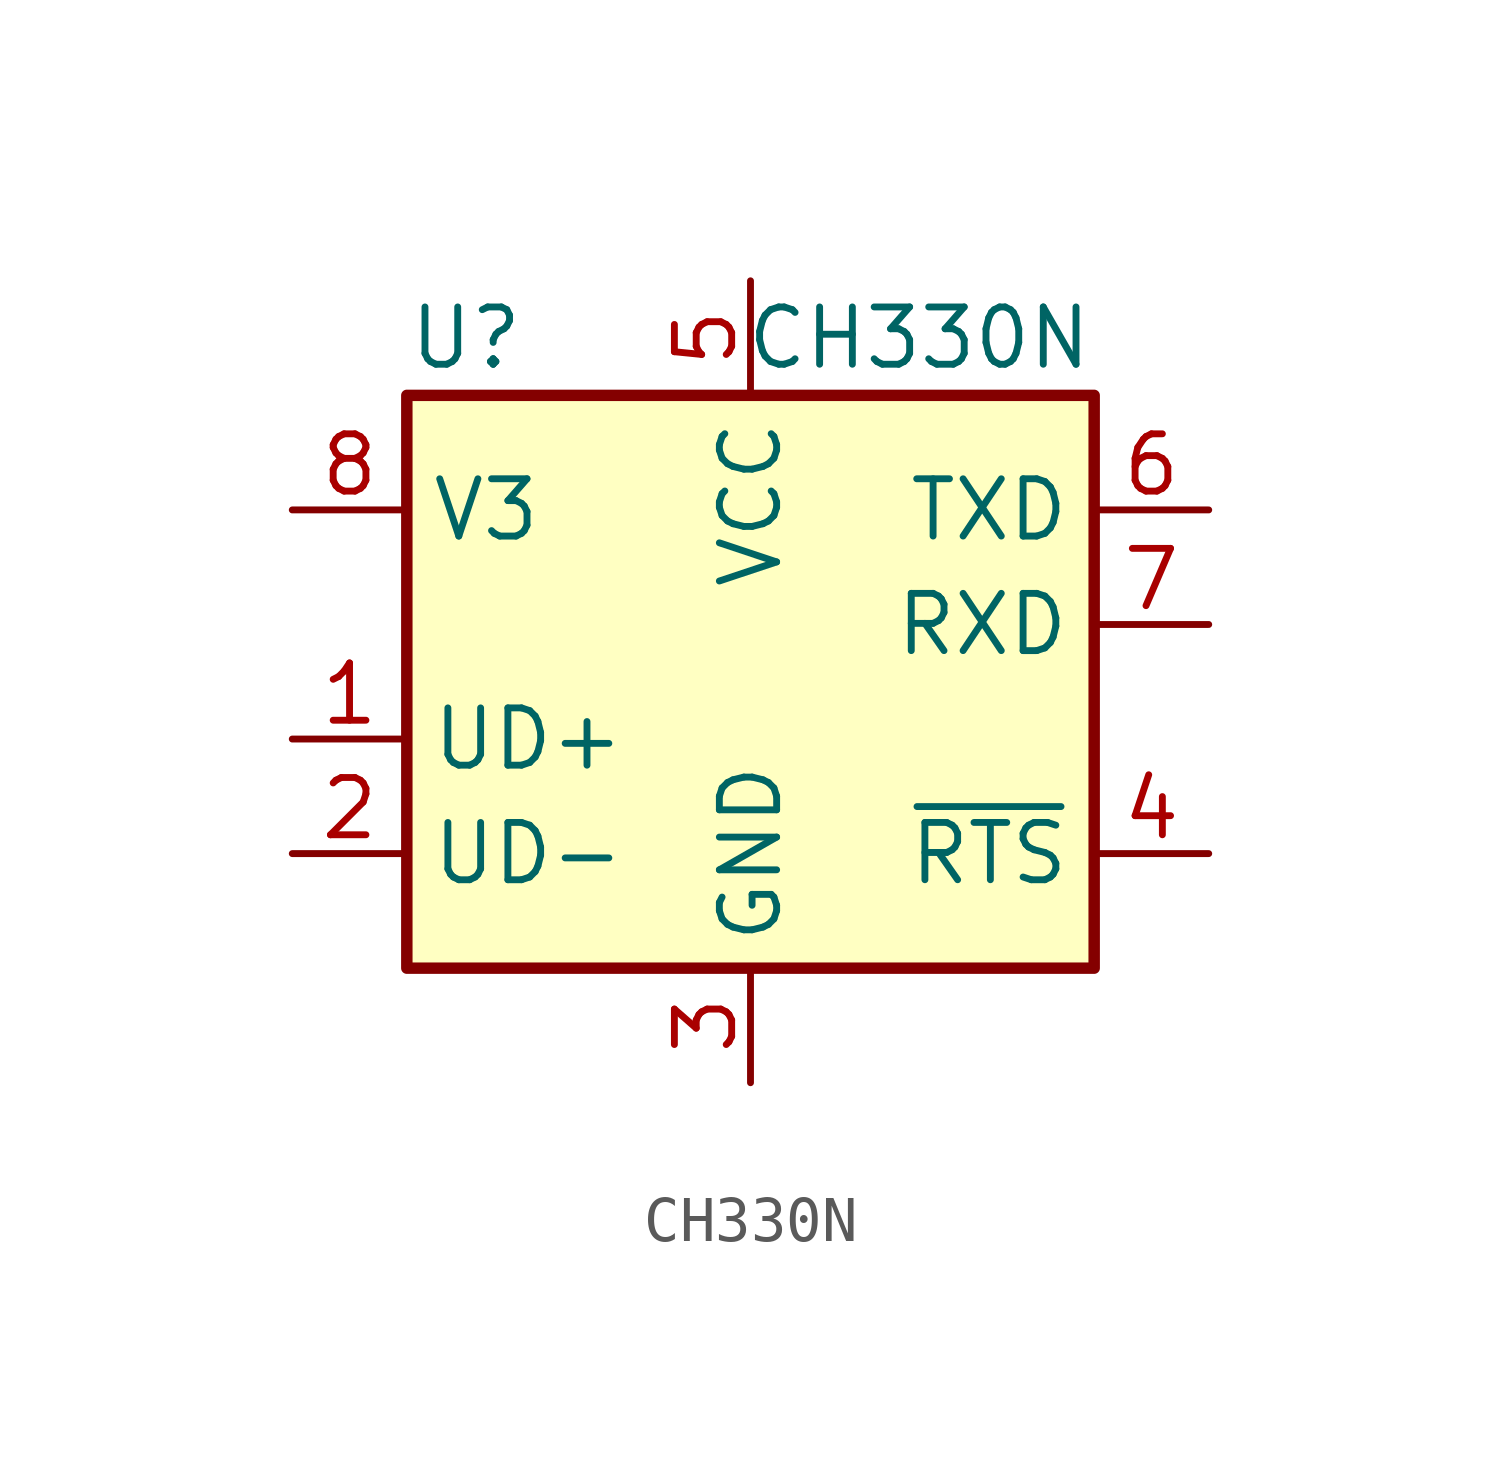
<source format=kicad_sym>
(kicad_symbol_lib
  (version 20231120)
  (generator "kicad_symbol_editor")
  (generator_version "8.0")
  (symbol "CH330N"
    (property "Reference" "U"
      (at -7.62 6.35 0)
      (effects (font (size 1.27 1.27)) (justify left)))
    (property "Value" "CH330N"
      (at 7.62 6.35 0)
      (effects (font (size 1.27 1.27)) (justify right)))
    (symbol "CH330N_0_1"
      (rectangle (start -7.62 5.08) (end 7.62 -7.62) (stroke (width 0.254) (type default)) (fill (type background))))
    (symbol "CH330N_1_1"
      (pin bidirectional line (at -10.16 -2.54 0) (length 2.54) (name "UD+" (effects (font (size 1.27 1.27)))) (number "1" (effects (font (size 1.27 1.27)))))
      (pin bidirectional line (at -10.16 -5.08 0) (length 2.54) (name "UD-" (effects (font (size 1.27 1.27)))) (number "2" (effects (font (size 1.27 1.27)))))
      (pin power_in line (at 0 -10.16 90) (length 2.54) (name "GND" (effects (font (size 1.27 1.27)))) (number "3" (effects (font (size 1.27 1.27)))))
      (pin output line (at 10.16 -5.08 180) (length 2.54) (name "~{RTS}" (effects (font (size 1.27 1.27)))) (number "4" (effects (font (size 1.27 1.27)))))
      (pin power_in line (at 0 7.62 270) (length 2.54) (name "VCC" (effects (font (size 1.27 1.27)))) (number "5" (effects (font (size 1.27 1.27)))))
      (pin output line (at 10.16 2.54 180) (length 2.54) (name "TXD" (effects (font (size 1.27 1.27)))) (number "6" (effects (font (size 1.27 1.27)))))
      (pin input line (at 10.16 0 180) (length 2.54) (name "RXD" (effects (font (size 1.27 1.27)))) (number "7" (effects (font (size 1.27 1.27)))))
      (pin passive line (at -10.16 2.54 0) (length 2.54) (name "V3" (effects (font (size 1.27 1.27)))) (number "8" (effects (font (size 1.27 1.27))))))))
</source>
